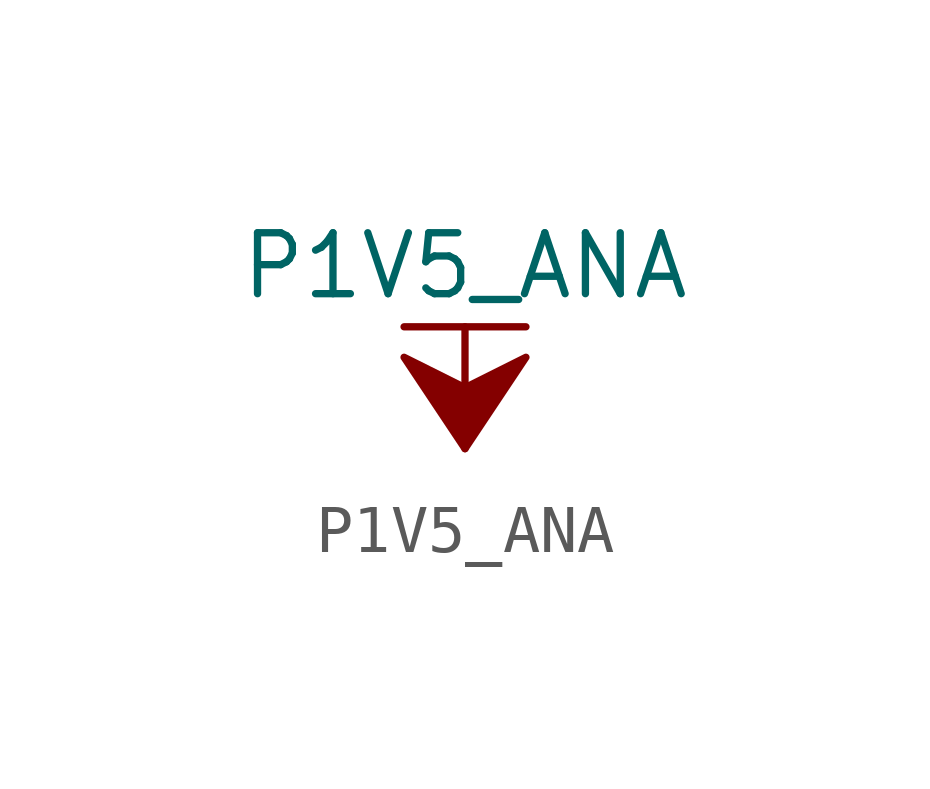
<source format=kicad_sym>
(kicad_symbol_lib
  (version 20211014)
  (generator kicad_symbol_editor)
  (symbol "P1V5_ANA"
    (power)
    (pin_names
      (offset 0))
    (property "Reference" "#PWR"
      (at 0 -3.81 0)
      (effects (font (size 1.27 1.27)) hide))
    (property "Value" "P1V5_ANA"
      (at 0 3.81 0)
      (effects (font (size 1.27 1.27))))
    (symbol "P1V5_ANA_0_1"
      (polyline (pts (xy -1.27 2.54) (xy 1.27 2.54)) (stroke (width 0.152) (type default) (color 0 0 0 0)) (fill (type none)))
      (polyline (pts (xy 0 0) (xy 0 2.54)) (stroke (width 0.152) (type default) (color 0 0 0 0)) (fill (type none)))
      (polyline (pts (xy 0 0) (xy 1.27 1.905) (xy 0 1.27) (xy -1.27 1.905) (xy 0 0)) (stroke (width 0.152) (type default) (color 0 0 0 0)) (fill (type outline))))
    (symbol "P1V5_ANA_1_1"
      (pin power_in line (at 0 0 90) (length 0) hide (name "P1V5_ANA" (effects (font (size 1.27 1.27)))) (number "1" (effects (font (size 1.27 1.27))))))))
</source>
